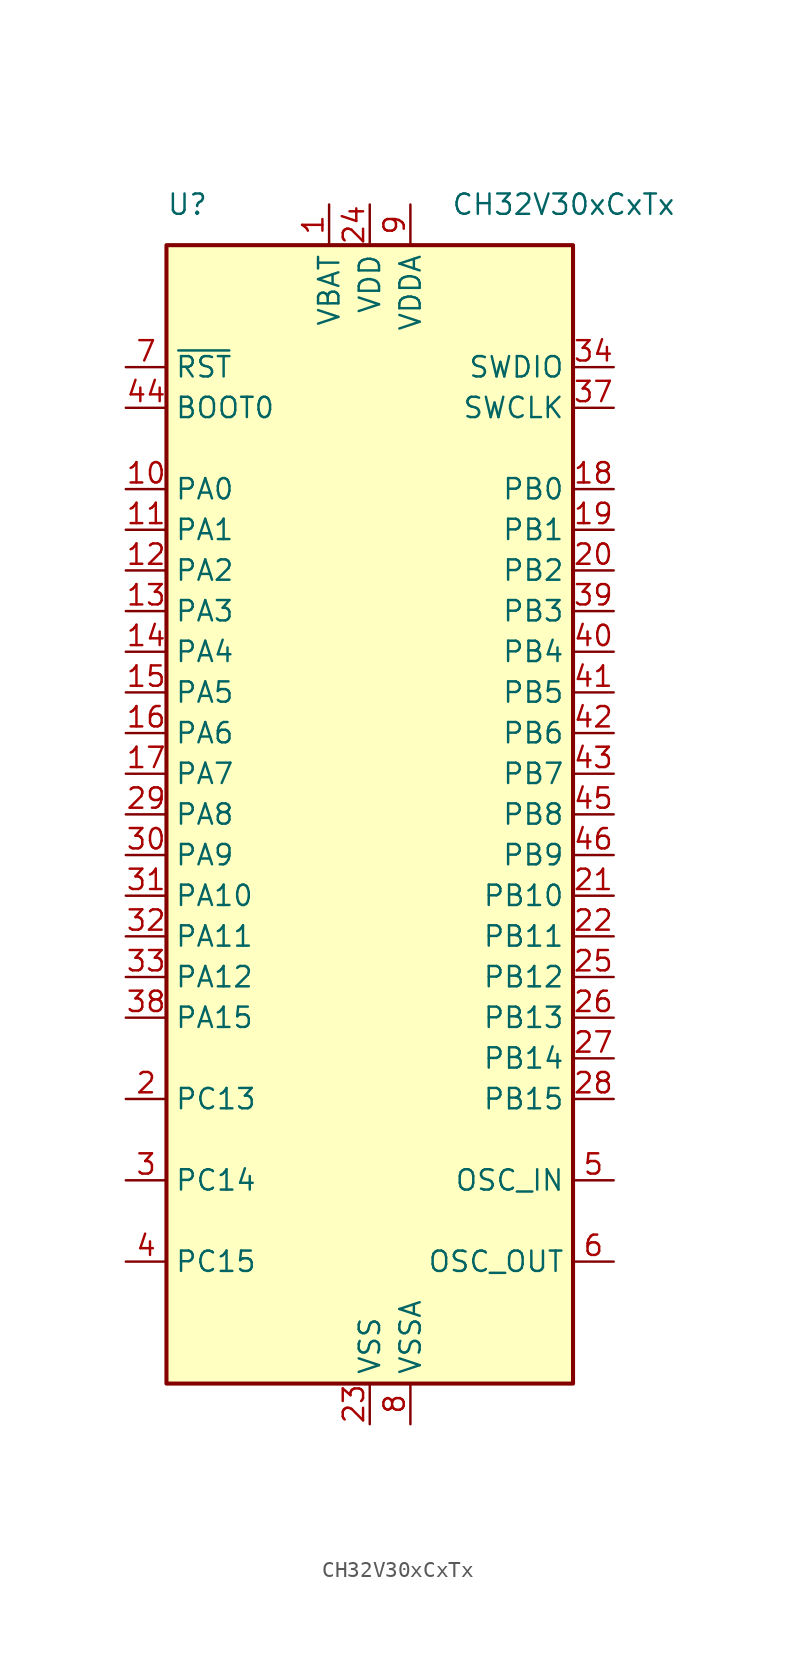
<source format=kicad_sym>
(kicad_symbol_lib
  (version 20241209)
  (generator "kicad_symbol_editor")
  (generator_version "9.0")
  (symbol "CH32V30xCxTx"
    (property "Reference" "U"
      (at -12.7 38.1 0)
      (effects (font (size 1.27 1.27)) (justify left)))
    (property "Value" "CH32V30xCxTx"
      (at 5.08 38.1 0)
      (effects (font (size 1.27 1.27)) (justify left)))
    (symbol "CH32V30xCxTx_0_0"
      (pin input line (at -15.24 25.4 0) (length 2.54) (name "BOOT0" (effects (font (size 1.27 1.27)))) (number "44" (effects (font (size 1.27 1.27)))))
      (pin power_in line (at -2.54 38.1 270) (length 2.54) (name "VBAT" (effects (font (size 1.27 1.27)))) (number "1" (effects (font (size 1.27 1.27)))))
      (pin power_in line (at 0 38.1 270) (length 2.54) (name "VDD" (effects (font (size 1.27 1.27)))) (number "24" (effects (font (size 1.27 1.27)))))
      (pin power_in line (at 0 -38.1 90) (length 2.54) (name "VSS" (effects (font (size 1.27 1.27)))) (number "23" (effects (font (size 1.27 1.27)))))
      (pin power_in line (at 2.54 38.1 270) (length 2.54) (name "VDDA" (effects (font (size 1.27 1.27)))) (number "9" (effects (font (size 1.27 1.27)))))
      (pin power_in line (at 2.54 -38.1 90) (length 2.54) (name "VSSA" (effects (font (size 1.27 1.27)))) (number "8" (effects (font (size 1.27 1.27))))))
    (symbol "CH32V30xCxTx_1_0"
      (pin input line (at -15.24 27.94 0) (length 2.54) (name "~{RST}" (effects (font (size 1.27 1.27)))) (number "7" (effects (font (size 1.27 1.27)))))
      (pin bidirectional line (at -15.24 20.32 0) (length 2.54) (name "PA0" (effects (font (size 1.27 1.27)))) (number "10" (effects (font (size 1.27 1.27)))) (alternate "ADC_IN0" bidirectional line) (alternate "OPA4_OUT0" bidirectional line) (alternate "TIM2_CH1_ETR" bidirectional line) (alternate "TIM2_CH1_ETR_2" bidirectional line) (alternate "TIM5_CH1" bidirectional line) (alternate "TIM8_ETR" bidirectional line) (alternate "TIM8_ETR_1" bidirectional line) (alternate "WKUP" bidirectional line))
      (pin bidirectional line (at -15.24 17.78 0) (length 2.54) (name "PA1" (effects (font (size 1.27 1.27)))) (number "11" (effects (font (size 1.27 1.27)))) (alternate "ADC_IN1" bidirectional line) (alternate "OPA3_OUT0" bidirectional line) (alternate "TIM2_CH2" bidirectional line) (alternate "TIM2_CH2_2" bidirectional line) (alternate "TIM5_CH2" bidirectional line) (alternate "TIM9_BKIN_1" bidirectional line) (alternate "USART2_RTS" bidirectional line))
      (pin bidirectional line (at -15.24 15.24 0) (length 2.54) (name "PA2" (effects (font (size 1.27 1.27)))) (number "12" (effects (font (size 1.27 1.27)))) (alternate "ADC_IN2" bidirectional line) (alternate "OPA2_OUT0" bidirectional line) (alternate "TIM2_CH3" bidirectional line) (alternate "TIM2_CH3_1" bidirectional line) (alternate "TIM5_CH3" bidirectional line) (alternate "TIM9_CH1" bidirectional line) (alternate "TIM9_CH1_ETR_1" bidirectional line) (alternate "TIM9_ETR" bidirectional line) (alternate "USART2_TX" bidirectional line))
      (pin bidirectional line (at -15.24 12.7 0) (length 2.54) (name "PA3" (effects (font (size 1.27 1.27)))) (number "13" (effects (font (size 1.27 1.27)))) (alternate "ADC_IN3" bidirectional line) (alternate "OPA1_OUT0" bidirectional line) (alternate "TIM2_CH4" bidirectional line) (alternate "TIM2_CH4_1" bidirectional line) (alternate "TIM5_CH4" bidirectional line) (alternate "TIM9_CH2" bidirectional line) (alternate "TIM9_CH2_1" bidirectional line) (alternate "USART2_RX" bidirectional line))
      (pin bidirectional line (at -15.24 10.16 0) (length 2.54) (name "PA4" (effects (font (size 1.27 1.27)))) (number "14" (effects (font (size 1.27 1.27)))) (alternate "ADC_IN4" bidirectional line) (alternate "DAC_OUT1" bidirectional line) (alternate "I2S3_WS" bidirectional line) (alternate "SPI1_NSS" bidirectional line) (alternate "SPI3_NSS" bidirectional line) (alternate "TIM9_CH3" bidirectional line) (alternate "TIM9_CH3_1" bidirectional line) (alternate "USART2_CK" bidirectional line))
      (pin bidirectional line (at -15.24 7.62 0) (length 2.54) (name "PA5" (effects (font (size 1.27 1.27)))) (number "15" (effects (font (size 1.27 1.27)))) (alternate "ADC_IN5" bidirectional line) (alternate "DAC_OUT2" bidirectional line) (alternate "OPA2_CH1N" bidirectional line) (alternate "SPI1_SCK" bidirectional line) (alternate "TIM10_CH1N_1" bidirectional line) (alternate "USART1_CK_3" bidirectional line) (alternate "USART1_CTS_2" bidirectional line))
      (pin bidirectional line (at -15.24 5.08 0) (length 2.54) (name "PA6" (effects (font (size 1.27 1.27)))) (number "16" (effects (font (size 1.27 1.27)))) (alternate "ADC_IN6" bidirectional line) (alternate "OPA1_CH1N" bidirectional line) (alternate "SPI1_MISO" bidirectional line) (alternate "TIM10_CH2N_1" bidirectional line) (alternate "TIM1_BKIN_1" bidirectional line) (alternate "TIM3_CH1" bidirectional line) (alternate "TIM8_BKIN" bidirectional line) (alternate "USART1_TX_3" bidirectional line) (alternate "USART7_TX_1" bidirectional line))
      (pin bidirectional line (at -15.24 2.54 0) (length 2.54) (name "PA7" (effects (font (size 1.27 1.27)))) (number "17" (effects (font (size 1.27 1.27)))) (alternate "ADC_IN7" bidirectional line) (alternate "OPA2_CH1P" bidirectional line) (alternate "SPI1_MOSI" bidirectional line) (alternate "TIM10_CH3N_1" bidirectional line) (alternate "TIM1_CH1N_1" bidirectional line) (alternate "TIM3_CH2" bidirectional line) (alternate "TIM8_CH1N" bidirectional line) (alternate "UART7_RX_1" bidirectional line) (alternate "USART1_RX_3" bidirectional line))
      (pin bidirectional line (at -15.24 0 0) (length 2.54) (name "PA8" (effects (font (size 1.27 1.27)))) (number "29" (effects (font (size 1.27 1.27)))) (alternate "MCO" bidirectional line) (alternate "TIM1_CH1" bidirectional line) (alternate "TIM1_CH1_1" bidirectional line) (alternate "USART1_CK" bidirectional line) (alternate "USART1_CK_1" bidirectional line) (alternate "USART1_RX_2" bidirectional line))
      (pin bidirectional line (at -15.24 -2.54 0) (length 2.54) (name "PA9" (effects (font (size 1.27 1.27)))) (number "30" (effects (font (size 1.27 1.27)))) (alternate "OTG_FS_VBUS" bidirectional line) (alternate "TIM1_CH2" bidirectional line) (alternate "TIM1_CH2_1" bidirectional line) (alternate "USART1_RTS_2" bidirectional line) (alternate "USART1_TX" bidirectional line))
      (pin bidirectional line (at -15.24 -5.08 0) (length 2.54) (name "PA10" (effects (font (size 1.27 1.27)))) (number "31" (effects (font (size 1.27 1.27)))) (alternate "OTG_FS_ID" bidirectional line) (alternate "TIM1_CH3" bidirectional line) (alternate "TIM1_CH3_1" bidirectional line) (alternate "USART1_CK_2" bidirectional line) (alternate "USART1_RX" bidirectional line))
      (pin bidirectional line (at -15.24 -7.62 0) (length 2.54) (name "PA11" (effects (font (size 1.27 1.27)))) (number "32" (effects (font (size 1.27 1.27)))) (alternate "CAN1_RX" bidirectional line) (alternate "OTG_FS_DM" bidirectional line) (alternate "TIM1_CH4" bidirectional line) (alternate "TIM1_CH4_1" bidirectional line) (alternate "USART1_CTS" bidirectional line) (alternate "USART1_CTS_1" bidirectional line))
      (pin bidirectional line (at -15.24 -10.16 0) (length 2.54) (name "PA12" (effects (font (size 1.27 1.27)))) (number "33" (effects (font (size 1.27 1.27)))) (alternate "CAN1_TX" bidirectional line) (alternate "OTG_FS_DP" bidirectional line) (alternate "TIM10_CH1N" bidirectional line) (alternate "TIM1_ETR" bidirectional line) (alternate "TIM1_ETR_1" bidirectional line) (alternate "USART1_RTS" bidirectional line) (alternate "USART1_RTS_1" bidirectional line))
      (pin bidirectional line (at -15.24 -12.7 0) (length 2.54) (name "PA15" (effects (font (size 1.27 1.27)))) (number "38" (effects (font (size 1.27 1.27)))) (alternate "I2S3_WS" bidirectional line) (alternate "SPI1_NSS" bidirectional line) (alternate "SPI3_NSS" bidirectional line) (alternate "TIM2_CH1_ETR_1" bidirectional line) (alternate "TIM2_CH1_ETR_3" bidirectional line) (alternate "TIM8_CH3N_1" bidirectional line) (alternate "UART8_RX_1" bidirectional line))
      (pin bidirectional line (at -15.24 -17.78 0) (length 2.54) (name "PC13" (effects (font (size 1.27 1.27)))) (number "2" (effects (font (size 1.27 1.27)))) (alternate "TAMPER-RTC" bidirectional line) (alternate "TIM8_CH4_1" bidirectional line))
      (pin bidirectional line (at -15.24 -22.86 0) (length 2.54) (name "PC14" (effects (font (size 1.27 1.27)))) (number "3" (effects (font (size 1.27 1.27)))) (alternate "OSC32_IN" bidirectional line) (alternate "TIM9_CH4_1" bidirectional line))
      (pin bidirectional line (at -15.24 -27.94 0) (length 2.54) (name "PC15" (effects (font (size 1.27 1.27)))) (number "4" (effects (font (size 1.27 1.27)))) (alternate "OSC32_OUT" bidirectional line) (alternate "TIM10_CH4_1" bidirectional line))
      (pin passive line (at 0 38.1 270) (length 2.54) (hide yes) (name "VDD" (effects (font (size 1.27 1.27)))) (number "36" (effects (font (size 1.27 1.27)))))
      (pin passive line (at 0 38.1 270) (length 2.54) (hide yes) (name "VDD" (effects (font (size 1.27 1.27)))) (number "48" (effects (font (size 1.27 1.27)))))
      (pin passive line (at 0 -38.1 90) (length 2.54) (hide yes) (name "VSS" (effects (font (size 1.27 1.27)))) (number "35" (effects (font (size 1.27 1.27)))))
      (pin passive line (at 0 -38.1 90) (length 2.54) (hide yes) (name "VSS" (effects (font (size 1.27 1.27)))) (number "47" (effects (font (size 1.27 1.27)))))
      (pin bidirectional line (at 15.24 27.94 180) (length 2.54) (name "SWDIO" (effects (font (size 1.27 1.27)))) (number "34" (effects (font (size 1.27 1.27)))) (alternate "PA13" bidirectional line) (alternate "TIM10_CH2N" bidirectional line) (alternate "TIM8_CH1N_1" bidirectional line) (alternate "USART3_TX_2" bidirectional line))
      (pin bidirectional line (at 15.24 25.4 180) (length 2.54) (name "SWCLK" (effects (font (size 1.27 1.27)))) (number "37" (effects (font (size 1.27 1.27)))) (alternate "PA14" bidirectional line) (alternate "TIM10_CH3N" bidirectional line) (alternate "TIM8_CH2N_1" bidirectional line) (alternate "UART8_TX_1" bidirectional line) (alternate "USART3_RX_2" bidirectional line))
      (pin bidirectional line (at 15.24 20.32 180) (length 2.54) (name "PB0" (effects (font (size 1.27 1.27)))) (number "18" (effects (font (size 1.27 1.27)))) (alternate "ADC_IN8" bidirectional line) (alternate "OPA1_CH1P" bidirectional line) (alternate "TIM1_CH2N_1" bidirectional line) (alternate "TIM3_CH3" bidirectional line) (alternate "TIM3_CH3_2" bidirectional line) (alternate "TIM8_CH2N" bidirectional line) (alternate "TIM9_CH1N_1" bidirectional line) (alternate "UART4_TX_1" bidirectional line))
      (pin bidirectional line (at 15.24 17.78 180) (length 2.54) (name "PB1" (effects (font (size 1.27 1.27)))) (number "19" (effects (font (size 1.27 1.27)))) (alternate "ADC_IN9" bidirectional line) (alternate "OPA4_CH0N" bidirectional line) (alternate "TIM1_CH3N_1" bidirectional line) (alternate "TIM3_CH4" bidirectional line) (alternate "TIM3_CH4_2" bidirectional line) (alternate "TIM8_CH3N" bidirectional line) (alternate "TIM9_CH2N_1" bidirectional line) (alternate "UART4_RX_1" bidirectional line))
      (pin bidirectional line (at 15.24 15.24 180) (length 2.54) (name "PB2" (effects (font (size 1.27 1.27)))) (number "20" (effects (font (size 1.27 1.27)))) (alternate "BOOT1" bidirectional line) (alternate "OPA3_CH0N" bidirectional line) (alternate "TIM9_CH3N_1" bidirectional line))
      (pin bidirectional line (at 15.24 12.7 180) (length 2.54) (name "PB3" (effects (font (size 1.27 1.27)))) (number "39" (effects (font (size 1.27 1.27)))) (alternate "SPI1_SCK" bidirectional line) (alternate "SPI3_SCK" bidirectional line) (alternate "TIM10_CH1_1" bidirectional line) (alternate "TIM2_CH2_1" bidirectional line) (alternate "TIM2_CH2_3" bidirectional line))
      (pin bidirectional line (at 15.24 10.16 180) (length 2.54) (name "PB4" (effects (font (size 1.27 1.27)))) (number "40" (effects (font (size 1.27 1.27)))) (alternate "SPI1_MISO" bidirectional line) (alternate "SPI3_MISO" bidirectional line) (alternate "TIM10_CH2_1" bidirectional line) (alternate "TIM3_CH1_2" bidirectional line) (alternate "UART5_TX_1" bidirectional line))
      (pin bidirectional line (at 15.24 7.62 180) (length 2.54) (name "PB5" (effects (font (size 1.27 1.27)))) (number "41" (effects (font (size 1.27 1.27)))) (alternate "CAN2_RX" bidirectional line) (alternate "I2C1_SMBA" bidirectional line) (alternate "SPI1_MOSI" bidirectional line) (alternate "SPI3_MOSI" bidirectional line) (alternate "TIM10_CH3_1" bidirectional line) (alternate "TIM3_CH2_2" bidirectional line) (alternate "UART5_RX_1" bidirectional line))
      (pin bidirectional line (at 15.24 5.08 180) (length 2.54) (name "PB6" (effects (font (size 1.27 1.27)))) (number "42" (effects (font (size 1.27 1.27)))) (alternate "CAN2_TX" bidirectional line) (alternate "I2C1_SCL" bidirectional line) (alternate "TIM4_CH1" bidirectional line) (alternate "TIM8_CH1_1" bidirectional line) (alternate "USART1_TX_1" bidirectional line) (alternate "USBFS_DM" bidirectional line) (alternate "USBHS_DM" bidirectional line))
      (pin bidirectional line (at 15.24 2.54 180) (length 2.54) (name "PB7" (effects (font (size 1.27 1.27)))) (number "43" (effects (font (size 1.27 1.27)))) (alternate "I2C1_SDA" bidirectional line) (alternate "TIM4_CH2" bidirectional line) (alternate "TIM8_CH2_1" bidirectional line) (alternate "USART1_RX_1" bidirectional line) (alternate "USBFS_DP" bidirectional line) (alternate "USBHS_D4" bidirectional line))
      (pin bidirectional line (at 15.24 0 180) (length 2.54) (name "PB8" (effects (font (size 1.27 1.27)))) (number "45" (effects (font (size 1.27 1.27)))) (alternate "CAN1_RX" bidirectional line) (alternate "I2C1_SCL" bidirectional line) (alternate "TIM10_CH1" bidirectional line) (alternate "TIM4_CH3" bidirectional line) (alternate "TIM8_CH3_1" bidirectional line) (alternate "UART6_TX_1" bidirectional line))
      (pin bidirectional line (at 15.24 -2.54 180) (length 2.54) (name "PB9" (effects (font (size 1.27 1.27)))) (number "46" (effects (font (size 1.27 1.27)))) (alternate "CAN1_TX" bidirectional line) (alternate "I2C1_SDA" bidirectional line) (alternate "TIM10_CH2" bidirectional line) (alternate "TIM4_CH4" bidirectional line) (alternate "TIM8_BKIN_1" bidirectional line) (alternate "UART6_RX_1" bidirectional line))
      (pin bidirectional line (at 15.24 -5.08 180) (length 2.54) (name "PB10" (effects (font (size 1.27 1.27)))) (number "21" (effects (font (size 1.27 1.27)))) (alternate "I2C2_SCL" bidirectional line) (alternate "OPA2_CH0N" bidirectional line) (alternate "TIM10_BKIN_1" bidirectional line) (alternate "TIM2_CH3_2" bidirectional line) (alternate "TIM2_CH3_3" bidirectional line) (alternate "USART3_TX" bidirectional line))
      (pin bidirectional line (at 15.24 -7.62 180) (length 2.54) (name "PB11" (effects (font (size 1.27 1.27)))) (number "22" (effects (font (size 1.27 1.27)))) (alternate "I2C2_SDA" bidirectional line) (alternate "OPA1_CH0N" bidirectional line) (alternate "TIM10_ETR_1" bidirectional line) (alternate "TIM2_CH4_2" bidirectional line) (alternate "TIM2_CH4_3" bidirectional line) (alternate "USART3_RX" bidirectional line))
      (pin bidirectional line (at 15.24 -10.16 180) (length 2.54) (name "PB12" (effects (font (size 1.27 1.27)))) (number "25" (effects (font (size 1.27 1.27)))) (alternate "CAN2_RX" bidirectional line) (alternate "I2C2_SMBA" bidirectional line) (alternate "OPA4_CH0P" bidirectional line) (alternate "SPI2_NSS" bidirectional line) (alternate "TIM1_BKIN" bidirectional line) (alternate "USART3_CK" bidirectional line))
      (pin bidirectional line (at 15.24 -12.7 180) (length 2.54) (name "PB13" (effects (font (size 1.27 1.27)))) (number "26" (effects (font (size 1.27 1.27)))) (alternate "CAN2_TX" bidirectional line) (alternate "I2S2_CK" bidirectional line) (alternate "OPA3_CH0P" bidirectional line) (alternate "SPI2_SCK" bidirectional line) (alternate "TIM1_CH1N" bidirectional line) (alternate "USART3_CTS" bidirectional line) (alternate "USART3_CTS_1" bidirectional line))
      (pin bidirectional line (at 15.24 -15.24 180) (length 2.54) (name "PB14" (effects (font (size 1.27 1.27)))) (number "27" (effects (font (size 1.27 1.27)))) (alternate "OPA2_CH0P" bidirectional line) (alternate "SPI2_MISO" bidirectional line) (alternate "TIM1_CH2N" bidirectional line) (alternate "USART3_RTS" bidirectional line) (alternate "USART3_RTS_1" bidirectional line))
      (pin bidirectional line (at 15.24 -17.78 180) (length 2.54) (name "PB15" (effects (font (size 1.27 1.27)))) (number "28" (effects (font (size 1.27 1.27)))) (alternate "OPA1_CH0P" bidirectional line) (alternate "SPI2_MOSI" bidirectional line) (alternate "TIM1_CH3N" bidirectional line) (alternate "USART1_TX_2" bidirectional line))
      (pin bidirectional line (at 15.24 -22.86 180) (length 2.54) (name "OSC_IN" (effects (font (size 1.27 1.27)))) (number "5" (effects (font (size 1.27 1.27)))) (alternate "PD0" bidirectional line))
      (pin bidirectional line (at 15.24 -27.94 180) (length 2.54) (name "OSC_OUT" (effects (font (size 1.27 1.27)))) (number "6" (effects (font (size 1.27 1.27)))) (alternate "PD1" bidirectional line)))
    (symbol "CH32V30xCxTx_1_1"
      (rectangle (start -12.7 35.56) (end 12.7 -35.56) (stroke (width 0.254) (type default)) (fill (type background))))))
</source>
